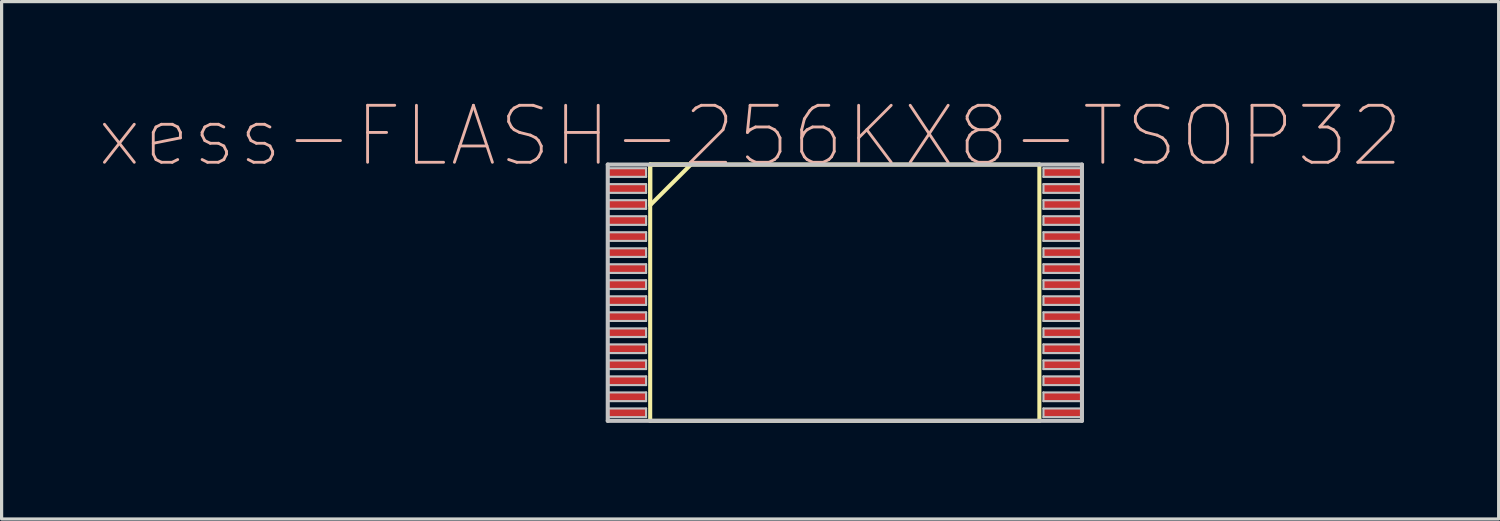
<source format=kicad_pcb>
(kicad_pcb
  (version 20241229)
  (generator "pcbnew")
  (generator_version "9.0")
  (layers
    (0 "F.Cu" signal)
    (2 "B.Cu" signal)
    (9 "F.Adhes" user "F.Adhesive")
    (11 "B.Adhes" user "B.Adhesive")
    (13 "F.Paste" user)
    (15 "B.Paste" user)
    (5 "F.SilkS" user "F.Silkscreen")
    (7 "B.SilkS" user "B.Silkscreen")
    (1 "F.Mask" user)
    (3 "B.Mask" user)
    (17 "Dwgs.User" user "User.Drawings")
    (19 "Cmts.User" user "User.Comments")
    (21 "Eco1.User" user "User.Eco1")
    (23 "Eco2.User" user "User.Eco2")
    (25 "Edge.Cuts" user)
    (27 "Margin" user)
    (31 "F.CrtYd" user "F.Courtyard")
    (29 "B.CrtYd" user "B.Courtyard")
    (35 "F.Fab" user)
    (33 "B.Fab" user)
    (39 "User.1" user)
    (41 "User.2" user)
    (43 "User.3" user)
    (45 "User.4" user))
  (footprint "xess-FLASH-256KX8-TSOP32"
    (layer "F.Cu")
    (at 16.616 2.334)
    (property "Reference" "xess-FLASH-256KX8-TSOP32" (at 3.744 -1.138 0) (layer "B.SilkS") (effects (font (size 1.778 1.778) (thickness 0.089))))
    (attr smd)
    (fp_line (start 0.625 -0.249) (end 0.625 1.019) (stroke (width 0.127) (type solid)) (layer "F.SilkS"))
    (fp_line (start 0.625 -0.249) (end 0.625 7.75) (stroke (width 0.127) (type solid)) (layer "F.SilkS"))
    (fp_line (start 0.625 1.019) (end 1.895 -0.249) (stroke (width 0.127) (type solid)) (layer "F.SilkS"))
    (fp_line (start 0.625 7.75) (end 12.771 7.75) (stroke (width 0.127) (type solid)) (layer "F.SilkS"))
    (fp_line (start 1.895 -0.249) (end 0.625 -0.249) (stroke (width 0.127) (type solid)) (layer "F.SilkS"))
    (fp_line (start 12.771 -0.249) (end 0.625 -0.249) (stroke (width 0.127) (type solid)) (layer "F.SilkS"))
    (fp_line (start 12.771 7.75) (end 12.771 -0.249) (stroke (width 0.127) (type solid)) (layer "F.SilkS"))
    (fp_line (start -0.699 -0.249) (end -0.699 7.75) (stroke (width 0.127) (type solid)) (layer "Dwgs.User"))
    (fp_line (start -0.699 -0.135) (end 0.498 -0.135) (stroke (width 0.066) (type solid)) (layer "Dwgs.User"))
    (fp_line (start -0.699 0.135) (end -0.699 -0.135) (stroke (width 0.066) (type solid)) (layer "Dwgs.User"))
    (fp_line (start -0.699 0.135) (end 0.498 0.135) (stroke (width 0.066) (type solid)) (layer "Dwgs.User"))
    (fp_line (start -0.699 0.363) (end 0.498 0.363) (stroke (width 0.066) (type solid)) (layer "Dwgs.User"))
    (fp_line (start -0.699 0.635) (end -0.699 0.363) (stroke (width 0.066) (type solid)) (layer "Dwgs.User"))
    (fp_line (start -0.699 0.635) (end 0.498 0.635) (stroke (width 0.066) (type solid)) (layer "Dwgs.User"))
    (fp_line (start -0.699 0.864) (end 0.498 0.864) (stroke (width 0.066) (type solid)) (layer "Dwgs.User"))
    (fp_line (start -0.699 1.133) (end -0.699 0.864) (stroke (width 0.066) (type solid)) (layer "Dwgs.User"))
    (fp_line (start -0.699 1.133) (end 0.498 1.133) (stroke (width 0.066) (type solid)) (layer "Dwgs.User"))
    (fp_line (start -0.699 1.364) (end 0.498 1.364) (stroke (width 0.066) (type solid)) (layer "Dwgs.User"))
    (fp_line (start -0.699 1.633) (end -0.699 1.364) (stroke (width 0.066) (type solid)) (layer "Dwgs.User"))
    (fp_line (start -0.699 1.633) (end 0.498 1.633) (stroke (width 0.066) (type solid)) (layer "Dwgs.User"))
    (fp_line (start -0.699 1.864) (end 0.498 1.864) (stroke (width 0.066) (type solid)) (layer "Dwgs.User"))
    (fp_line (start -0.699 2.134) (end -0.699 1.864) (stroke (width 0.066) (type solid)) (layer "Dwgs.User"))
    (fp_line (start -0.699 2.134) (end 0.498 2.134) (stroke (width 0.066) (type solid)) (layer "Dwgs.User"))
    (fp_line (start -0.699 2.365) (end 0.498 2.365) (stroke (width 0.066) (type solid)) (layer "Dwgs.User"))
    (fp_line (start -0.699 2.634) (end -0.699 2.365) (stroke (width 0.066) (type solid)) (layer "Dwgs.User"))
    (fp_line (start -0.699 2.634) (end 0.498 2.634) (stroke (width 0.066) (type solid)) (layer "Dwgs.User"))
    (fp_line (start -0.699 2.863) (end 0.498 2.863) (stroke (width 0.066) (type solid)) (layer "Dwgs.User"))
    (fp_line (start -0.699 3.134) (end -0.699 2.863) (stroke (width 0.066) (type solid)) (layer "Dwgs.User"))
    (fp_line (start -0.699 3.134) (end 0.498 3.134) (stroke (width 0.066) (type solid)) (layer "Dwgs.User"))
    (fp_line (start -0.699 3.363) (end 0.498 3.363) (stroke (width 0.066) (type solid)) (layer "Dwgs.User"))
    (fp_line (start -0.699 3.635) (end -0.699 3.363) (stroke (width 0.066) (type solid)) (layer "Dwgs.User"))
    (fp_line (start -0.699 3.635) (end 0.498 3.635) (stroke (width 0.066) (type solid)) (layer "Dwgs.User"))
    (fp_line (start -0.699 3.863) (end 0.498 3.863) (stroke (width 0.066) (type solid)) (layer "Dwgs.User"))
    (fp_line (start -0.699 4.133) (end -0.699 3.863) (stroke (width 0.066) (type solid)) (layer "Dwgs.User"))
    (fp_line (start -0.699 4.133) (end 0.498 4.133) (stroke (width 0.066) (type solid)) (layer "Dwgs.User"))
    (fp_line (start -0.699 4.364) (end 0.498 4.364) (stroke (width 0.066) (type solid)) (layer "Dwgs.User"))
    (fp_line (start -0.699 4.633) (end -0.699 4.364) (stroke (width 0.066) (type solid)) (layer "Dwgs.User"))
    (fp_line (start -0.699 4.633) (end 0.498 4.633) (stroke (width 0.066) (type solid)) (layer "Dwgs.User"))
    (fp_line (start -0.699 4.864) (end 0.498 4.864) (stroke (width 0.066) (type solid)) (layer "Dwgs.User"))
    (fp_line (start -0.699 5.133) (end -0.699 4.864) (stroke (width 0.066) (type solid)) (layer "Dwgs.User"))
    (fp_line (start -0.699 5.133) (end 0.498 5.133) (stroke (width 0.066) (type solid)) (layer "Dwgs.User"))
    (fp_line (start -0.699 5.364) (end 0.498 5.364) (stroke (width 0.066) (type solid)) (layer "Dwgs.User"))
    (fp_line (start -0.699 5.634) (end -0.699 5.364) (stroke (width 0.066) (type solid)) (layer "Dwgs.User"))
    (fp_line (start -0.699 5.634) (end 0.498 5.634) (stroke (width 0.066) (type solid)) (layer "Dwgs.User"))
    (fp_line (start -0.699 5.865) (end 0.498 5.865) (stroke (width 0.066) (type solid)) (layer "Dwgs.User"))
    (fp_line (start -0.699 6.134) (end -0.699 5.865) (stroke (width 0.066) (type solid)) (layer "Dwgs.User"))
    (fp_line (start -0.699 6.134) (end 0.498 6.134) (stroke (width 0.066) (type solid)) (layer "Dwgs.User"))
    (fp_line (start -0.699 6.363) (end 0.498 6.363) (stroke (width 0.066) (type solid)) (layer "Dwgs.User"))
    (fp_line (start -0.699 6.634) (end -0.699 6.363) (stroke (width 0.066) (type solid)) (layer "Dwgs.User"))
    (fp_line (start -0.699 6.634) (end 0.498 6.634) (stroke (width 0.066) (type solid)) (layer "Dwgs.User"))
    (fp_line (start -0.699 6.863) (end 0.498 6.863) (stroke (width 0.066) (type solid)) (layer "Dwgs.User"))
    (fp_line (start -0.699 7.135) (end -0.699 6.863) (stroke (width 0.066) (type solid)) (layer "Dwgs.User"))
    (fp_line (start -0.699 7.135) (end 0.498 7.135) (stroke (width 0.066) (type solid)) (layer "Dwgs.User"))
    (fp_line (start -0.699 7.363) (end 0.498 7.363) (stroke (width 0.066) (type solid)) (layer "Dwgs.User"))
    (fp_line (start -0.699 7.633) (end -0.699 7.363) (stroke (width 0.066) (type solid)) (layer "Dwgs.User"))
    (fp_line (start -0.699 7.633) (end 0.498 7.633) (stroke (width 0.066) (type solid)) (layer "Dwgs.User"))
    (fp_line (start -0.699 7.75) (end 14.1 7.75) (stroke (width 0.127) (type solid)) (layer "Dwgs.User"))
    (fp_line (start 0.498 0.135) (end 0.498 -0.135) (stroke (width 0.066) (type solid)) (layer "Dwgs.User"))
    (fp_line (start 0.498 0.635) (end 0.498 0.363) (stroke (width 0.066) (type solid)) (layer "Dwgs.User"))
    (fp_line (start 0.498 1.133) (end 0.498 0.864) (stroke (width 0.066) (type solid)) (layer "Dwgs.User"))
    (fp_line (start 0.498 1.633) (end 0.498 1.364) (stroke (width 0.066) (type solid)) (layer "Dwgs.User"))
    (fp_line (start 0.498 2.134) (end 0.498 1.864) (stroke (width 0.066) (type solid)) (layer "Dwgs.User"))
    (fp_line (start 0.498 2.634) (end 0.498 2.365) (stroke (width 0.066) (type solid)) (layer "Dwgs.User"))
    (fp_line (start 0.498 3.134) (end 0.498 2.863) (stroke (width 0.066) (type solid)) (layer "Dwgs.User"))
    (fp_line (start 0.498 3.635) (end 0.498 3.363) (stroke (width 0.066) (type solid)) (layer "Dwgs.User"))
    (fp_line (start 0.498 4.133) (end 0.498 3.863) (stroke (width 0.066) (type solid)) (layer "Dwgs.User"))
    (fp_line (start 0.498 4.633) (end 0.498 4.364) (stroke (width 0.066) (type solid)) (layer "Dwgs.User"))
    (fp_line (start 0.498 5.133) (end 0.498 4.864) (stroke (width 0.066) (type solid)) (layer "Dwgs.User"))
    (fp_line (start 0.498 5.634) (end 0.498 5.364) (stroke (width 0.066) (type solid)) (layer "Dwgs.User"))
    (fp_line (start 0.498 6.134) (end 0.498 5.865) (stroke (width 0.066) (type solid)) (layer "Dwgs.User"))
    (fp_line (start 0.498 6.634) (end 0.498 6.363) (stroke (width 0.066) (type solid)) (layer "Dwgs.User"))
    (fp_line (start 0.498 7.135) (end 0.498 6.863) (stroke (width 0.066) (type solid)) (layer "Dwgs.User"))
    (fp_line (start 0.498 7.633) (end 0.498 7.363) (stroke (width 0.066) (type solid)) (layer "Dwgs.User"))
    (fp_line (start 12.898 -0.135) (end 14.1 -0.135) (stroke (width 0.066) (type solid)) (layer "Dwgs.User"))
    (fp_line (start 12.898 0.135) (end 12.898 -0.135) (stroke (width 0.066) (type solid)) (layer "Dwgs.User"))
    (fp_line (start 12.898 0.135) (end 14.1 0.135) (stroke (width 0.066) (type solid)) (layer "Dwgs.User"))
    (fp_line (start 12.898 0.363) (end 14.1 0.363) (stroke (width 0.066) (type solid)) (layer "Dwgs.User"))
    (fp_line (start 12.898 0.635) (end 12.898 0.363) (stroke (width 0.066) (type solid)) (layer "Dwgs.User"))
    (fp_line (start 12.898 0.635) (end 14.1 0.635) (stroke (width 0.066) (type solid)) (layer "Dwgs.User"))
    (fp_line (start 12.898 0.864) (end 14.1 0.864) (stroke (width 0.066) (type solid)) (layer "Dwgs.User"))
    (fp_line (start 12.898 1.133) (end 12.898 0.864) (stroke (width 0.066) (type solid)) (layer "Dwgs.User"))
    (fp_line (start 12.898 1.133) (end 14.1 1.133) (stroke (width 0.066) (type solid)) (layer "Dwgs.User"))
    (fp_line (start 12.898 1.364) (end 14.1 1.364) (stroke (width 0.066) (type solid)) (layer "Dwgs.User"))
    (fp_line (start 12.898 1.633) (end 12.898 1.364) (stroke (width 0.066) (type solid)) (layer "Dwgs.User"))
    (fp_line (start 12.898 1.633) (end 14.1 1.633) (stroke (width 0.066) (type solid)) (layer "Dwgs.User"))
    (fp_line (start 12.898 1.864) (end 14.1 1.864) (stroke (width 0.066) (type solid)) (layer "Dwgs.User"))
    (fp_line (start 12.898 2.134) (end 12.898 1.864) (stroke (width 0.066) (type solid)) (layer "Dwgs.User"))
    (fp_line (start 12.898 2.134) (end 14.1 2.134) (stroke (width 0.066) (type solid)) (layer "Dwgs.User"))
    (fp_line (start 12.898 2.365) (end 14.1 2.365) (stroke (width 0.066) (type solid)) (layer "Dwgs.User"))
    (fp_line (start 12.898 2.634) (end 12.898 2.365) (stroke (width 0.066) (type solid)) (layer "Dwgs.User"))
    (fp_line (start 12.898 2.634) (end 14.1 2.634) (stroke (width 0.066) (type solid)) (layer "Dwgs.User"))
    (fp_line (start 12.898 2.863) (end 14.1 2.863) (stroke (width 0.066) (type solid)) (layer "Dwgs.User"))
    (fp_line (start 12.898 3.134) (end 12.898 2.863) (stroke (width 0.066) (type solid)) (layer "Dwgs.User"))
    (fp_line (start 12.898 3.134) (end 14.1 3.134) (stroke (width 0.066) (type solid)) (layer "Dwgs.User"))
    (fp_line (start 12.898 3.363) (end 14.1 3.363) (stroke (width 0.066) (type solid)) (layer "Dwgs.User"))
    (fp_line (start 12.898 3.635) (end 12.898 3.363) (stroke (width 0.066) (type solid)) (layer "Dwgs.User"))
    (fp_line (start 12.898 3.635) (end 14.1 3.635) (stroke (width 0.066) (type solid)) (layer "Dwgs.User"))
    (fp_line (start 12.898 3.863) (end 14.1 3.863) (stroke (width 0.066) (type solid)) (layer "Dwgs.User"))
    (fp_line (start 12.898 4.133) (end 12.898 3.863) (stroke (width 0.066) (type solid)) (layer "Dwgs.User"))
    (fp_line (start 12.898 4.133) (end 14.1 4.133) (stroke (width 0.066) (type solid)) (layer "Dwgs.User"))
    (fp_line (start 12.898 4.364) (end 14.1 4.364) (stroke (width 0.066) (type solid)) (layer "Dwgs.User"))
    (fp_line (start 12.898 4.633) (end 12.898 4.364) (stroke (width 0.066) (type solid)) (layer "Dwgs.User"))
    (fp_line (start 12.898 4.633) (end 14.1 4.633) (stroke (width 0.066) (type solid)) (layer "Dwgs.User"))
    (fp_line (start 12.898 4.864) (end 14.1 4.864) (stroke (width 0.066) (type solid)) (layer "Dwgs.User"))
    (fp_line (start 12.898 5.133) (end 12.898 4.864) (stroke (width 0.066) (type solid)) (layer "Dwgs.User"))
    (fp_line (start 12.898 5.133) (end 14.1 5.133) (stroke (width 0.066) (type solid)) (layer "Dwgs.User"))
    (fp_line (start 12.898 5.364) (end 14.1 5.364) (stroke (width 0.066) (type solid)) (layer "Dwgs.User"))
    (fp_line (start 12.898 5.634) (end 12.898 5.364) (stroke (width 0.066) (type solid)) (layer "Dwgs.User"))
    (fp_line (start 12.898 5.634) (end 14.1 5.634) (stroke (width 0.066) (type solid)) (layer "Dwgs.User"))
    (fp_line (start 12.898 5.865) (end 14.1 5.865) (stroke (width 0.066) (type solid)) (layer "Dwgs.User"))
    (fp_line (start 12.898 6.134) (end 12.898 5.865) (stroke (width 0.066) (type solid)) (layer "Dwgs.User"))
    (fp_line (start 12.898 6.134) (end 14.1 6.134) (stroke (width 0.066) (type solid)) (layer "Dwgs.User"))
    (fp_line (start 12.898 6.363) (end 14.1 6.363) (stroke (width 0.066) (type solid)) (layer "Dwgs.User"))
    (fp_line (start 12.898 6.634) (end 12.898 6.363) (stroke (width 0.066) (type solid)) (layer "Dwgs.User"))
    (fp_line (start 12.898 6.634) (end 14.1 6.634) (stroke (width 0.066) (type solid)) (layer "Dwgs.User"))
    (fp_line (start 12.898 6.863) (end 14.1 6.863) (stroke (width 0.066) (type solid)) (layer "Dwgs.User"))
    (fp_line (start 12.898 7.135) (end 12.898 6.863) (stroke (width 0.066) (type solid)) (layer "Dwgs.User"))
    (fp_line (start 12.898 7.135) (end 14.1 7.135) (stroke (width 0.066) (type solid)) (layer "Dwgs.User"))
    (fp_line (start 12.898 7.363) (end 14.1 7.363) (stroke (width 0.066) (type solid)) (layer "Dwgs.User"))
    (fp_line (start 12.898 7.633) (end 12.898 7.363) (stroke (width 0.066) (type solid)) (layer "Dwgs.User"))
    (fp_line (start 12.898 7.633) (end 14.1 7.633) (stroke (width 0.066) (type solid)) (layer "Dwgs.User"))
    (fp_line (start 14.1 -0.249) (end -0.699 -0.249) (stroke (width 0.127) (type solid)) (layer "Dwgs.User"))
    (fp_line (start 14.1 0.135) (end 14.1 -0.135) (stroke (width 0.066) (type solid)) (layer "Dwgs.User"))
    (fp_line (start 14.1 0.635) (end 14.1 0.363) (stroke (width 0.066) (type solid)) (layer "Dwgs.User"))
    (fp_line (start 14.1 1.133) (end 14.1 0.864) (stroke (width 0.066) (type solid)) (layer "Dwgs.User"))
    (fp_line (start 14.1 1.633) (end 14.1 1.364) (stroke (width 0.066) (type solid)) (layer "Dwgs.User"))
    (fp_line (start 14.1 2.134) (end 14.1 1.864) (stroke (width 0.066) (type solid)) (layer "Dwgs.User"))
    (fp_line (start 14.1 2.634) (end 14.1 2.365) (stroke (width 0.066) (type solid)) (layer "Dwgs.User"))
    (fp_line (start 14.1 3.134) (end 14.1 2.863) (stroke (width 0.066) (type solid)) (layer "Dwgs.User"))
    (fp_line (start 14.1 3.635) (end 14.1 3.363) (stroke (width 0.066) (type solid)) (layer "Dwgs.User"))
    (fp_line (start 14.1 4.133) (end 14.1 3.863) (stroke (width 0.066) (type solid)) (layer "Dwgs.User"))
    (fp_line (start 14.1 4.633) (end 14.1 4.364) (stroke (width 0.066) (type solid)) (layer "Dwgs.User"))
    (fp_line (start 14.1 5.133) (end 14.1 4.864) (stroke (width 0.066) (type solid)) (layer "Dwgs.User"))
    (fp_line (start 14.1 5.634) (end 14.1 5.364) (stroke (width 0.066) (type solid)) (layer "Dwgs.User"))
    (fp_line (start 14.1 6.134) (end 14.1 5.865) (stroke (width 0.066) (type solid)) (layer "Dwgs.User"))
    (fp_line (start 14.1 6.634) (end 14.1 6.363) (stroke (width 0.066) (type solid)) (layer "Dwgs.User"))
    (fp_line (start 14.1 7.135) (end 14.1 6.863) (stroke (width 0.066) (type solid)) (layer "Dwgs.User"))
    (fp_line (start 14.1 7.633) (end 14.1 7.363) (stroke (width 0.066) (type solid)) (layer "Dwgs.User"))
    (fp_line (start 14.1 7.75) (end 14.1 -0.249) (stroke (width 0.127) (type solid)) (layer "Dwgs.User"))
    (pad "1" smd rect (at -0.099 0) (size 1.199 0.269) (layers "F.Cu" "F.Mask" "F.Paste"))
    (pad "2" smd rect (at -0.099 0.498) (size 1.199 0.269) (layers "F.Cu" "F.Mask" "F.Paste"))
    (pad "3" smd rect (at -0.099 0.998) (size 1.199 0.269) (layers "F.Cu" "F.Mask" "F.Paste"))
    (pad "4" smd rect (at -0.099 1.499) (size 1.199 0.269) (layers "F.Cu" "F.Mask" "F.Paste"))
    (pad "5" smd rect (at -0.099 1.999) (size 1.199 0.269) (layers "F.Cu" "F.Mask" "F.Paste"))
    (pad "6" smd rect (at -0.099 2.499) (size 1.199 0.269) (layers "F.Cu" "F.Mask" "F.Paste"))
    (pad "7" smd rect (at -0.099 3) (size 1.199 0.269) (layers "F.Cu" "F.Mask" "F.Paste"))
    (pad "8" smd rect (at -0.099 3.498) (size 1.199 0.269) (layers "F.Cu" "F.Mask" "F.Paste"))
    (pad "9" smd rect (at -0.099 3.998) (size 1.199 0.269) (layers "F.Cu" "F.Mask" "F.Paste"))
    (pad "10" smd rect (at -0.099 4.498) (size 1.199 0.269) (layers "F.Cu" "F.Mask" "F.Paste"))
    (pad "11" smd rect (at -0.099 4.999) (size 1.199 0.269) (layers "F.Cu" "F.Mask" "F.Paste"))
    (pad "12" smd rect (at -0.099 5.499) (size 1.199 0.269) (layers "F.Cu" "F.Mask" "F.Paste"))
    (pad "13" smd rect (at -0.099 5.999) (size 1.199 0.269) (layers "F.Cu" "F.Mask" "F.Paste"))
    (pad "14" smd rect (at -0.099 6.5) (size 1.199 0.269) (layers "F.Cu" "F.Mask" "F.Paste"))
    (pad "15" smd rect (at -0.099 6.998) (size 1.199 0.269) (layers "F.Cu" "F.Mask" "F.Paste"))
    (pad "16" smd rect (at -0.099 7.498) (size 1.199 0.269) (layers "F.Cu" "F.Mask" "F.Paste"))
    (pad "17" smd rect (at 13.498 7.498) (size 1.199 0.269) (layers "F.Cu" "F.Mask" "F.Paste"))
    (pad "18" smd rect (at 13.498 6.998) (size 1.199 0.269) (layers "F.Cu" "F.Mask" "F.Paste"))
    (pad "19" smd rect (at 13.498 6.5) (size 1.199 0.269) (layers "F.Cu" "F.Mask" "F.Paste"))
    (pad "20" smd rect (at 13.498 5.999) (size 1.199 0.269) (layers "F.Cu" "F.Mask" "F.Paste"))
    (pad "21" smd rect (at 13.498 5.499) (size 1.199 0.269) (layers "F.Cu" "F.Mask" "F.Paste"))
    (pad "22" smd rect (at 13.498 4.999) (size 1.199 0.269) (layers "F.Cu" "F.Mask" "F.Paste"))
    (pad "23" smd rect (at 13.498 4.498) (size 1.199 0.269) (layers "F.Cu" "F.Mask" "F.Paste"))
    (pad "24" smd rect (at 13.498 3.998) (size 1.199 0.269) (layers "F.Cu" "F.Mask" "F.Paste"))
    (pad "25" smd rect (at 13.498 3.498) (size 1.199 0.269) (layers "F.Cu" "F.Mask" "F.Paste"))
    (pad "26" smd rect (at 13.498 3) (size 1.199 0.269) (layers "F.Cu" "F.Mask" "F.Paste"))
    (pad "27" smd rect (at 13.498 2.499) (size 1.199 0.269) (layers "F.Cu" "F.Mask" "F.Paste"))
    (pad "28" smd rect (at 13.498 1.999) (size 1.199 0.269) (layers "F.Cu" "F.Mask" "F.Paste"))
    (pad "29" smd rect (at 13.498 1.499) (size 1.199 0.269) (layers "F.Cu" "F.Mask" "F.Paste"))
    (pad "30" smd rect (at 13.498 0.998) (size 1.199 0.269) (layers "F.Cu" "F.Mask" "F.Paste"))
    (pad "31" smd rect (at 13.498 0.498) (size 1.199 0.269) (layers "F.Cu" "F.Mask" "F.Paste"))
    (pad "32" smd rect (at 13.498 0) (size 1.199 0.269) (layers "F.Cu" "F.Mask" "F.Paste")))
  (gr_rect
    (start -3 -3)
    (end 43.72 13.147)
    (stroke (width 0.1) (type default))
    (fill no)
    (layer "Edge.Cuts")))
</source>
